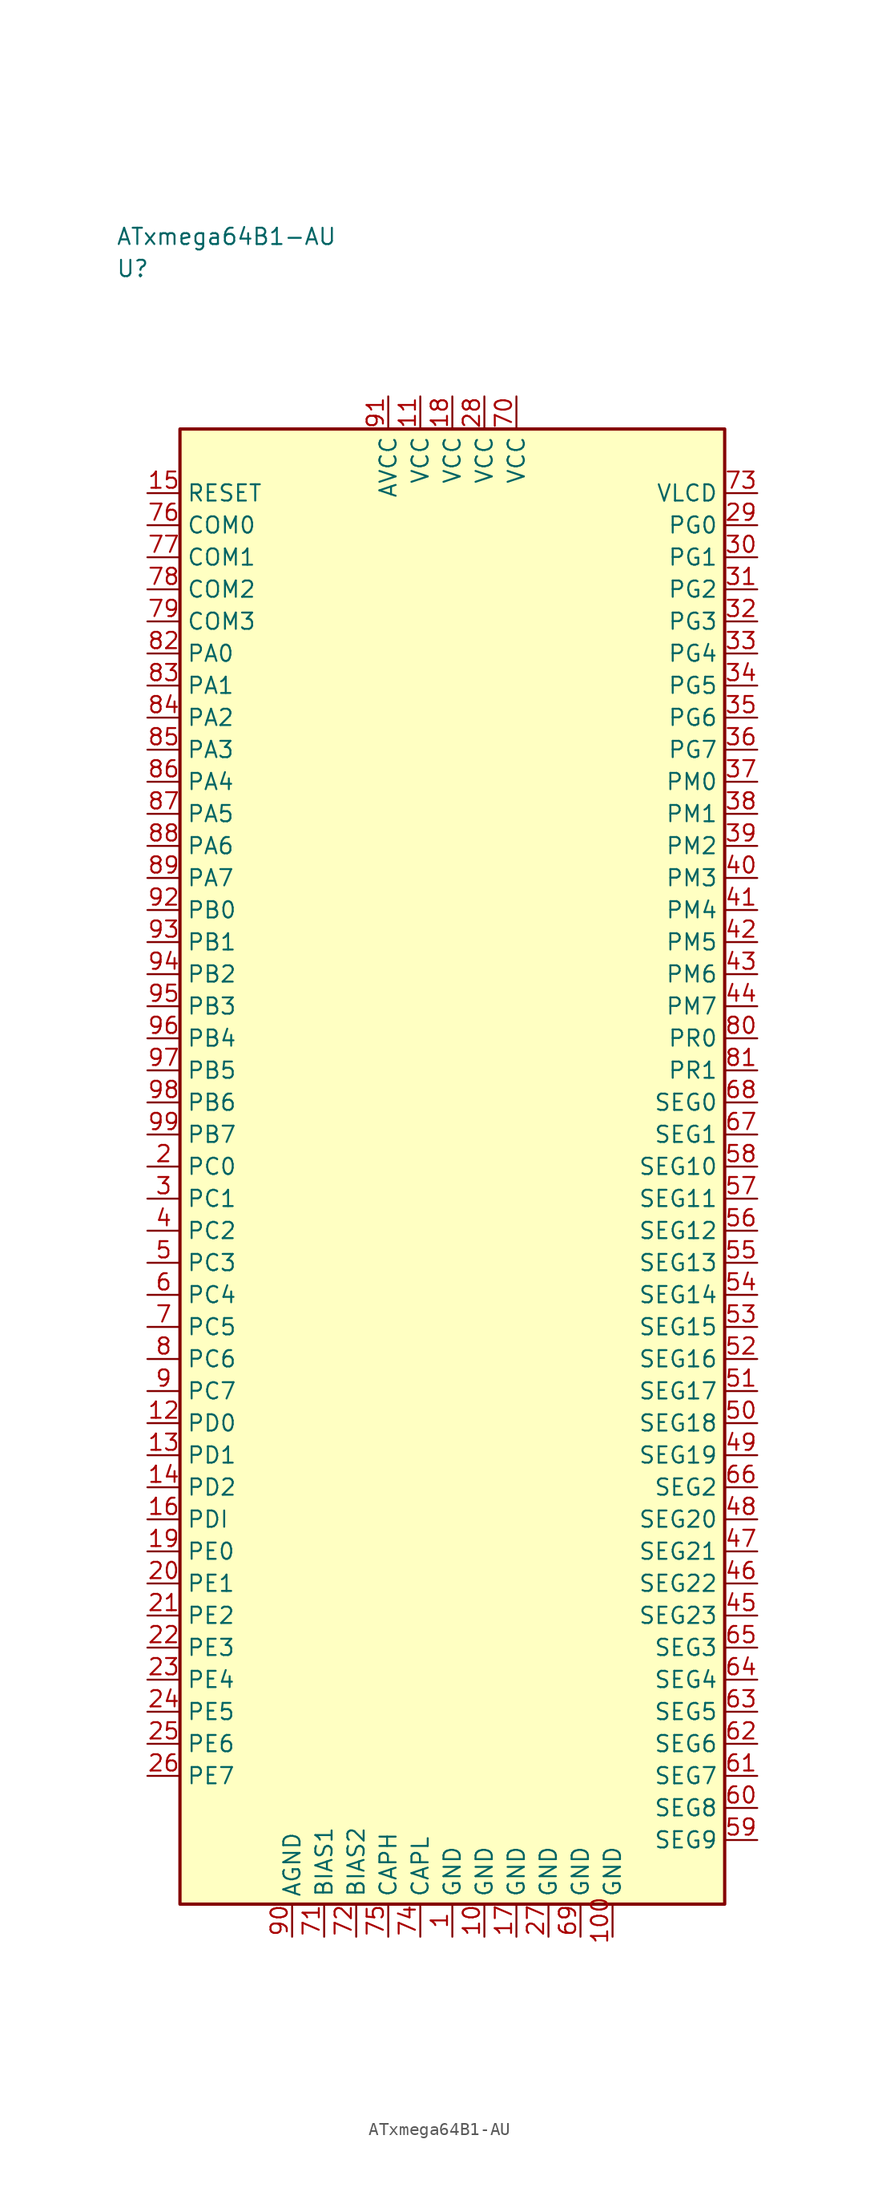
<source format=kicad_sym>
(kicad_symbol_lib
  (version 20241025)
  (generator "kicad_symbol_editor")
  (generator_version "8.0")
  (symbol "ATxmega64B1-AU"
    (property "Reference" "U"
      (at -26.25 70.0 0)
      (effects (font (size 1.27 1.27)) (justify left)))
    (property "Value" "ATxmega64B1-AU"
      (at -26.25 72.5 0)
      (effects (font (size 1.27 1.27)) (justify left)))
    (symbol "ATxmega64B1-AU_0_1"
      (rectangle (start -21.25 57.5) (end 21.25 -57.5) (stroke (width 0.254) (type default)) (fill (type background))))
    (symbol "ATxmega64B1-AU_1_1"
      (pin passive line (at 0.0 -60.04 90.0) (length 2.54) (name "GND" (effects (font (size 1.27 1.27)))) (number "1" (effects (font (size 1.27 1.27)))))
      (pin bidirectional line (at -23.79 0.0 0.0) (length 2.54) (name "PC0" (effects (font (size 1.27 1.27)))) (number "2" (effects (font (size 1.27 1.27)))))
      (pin bidirectional line (at -23.79 -2.5 0.0) (length 2.54) (name "PC1" (effects (font (size 1.27 1.27)))) (number "3" (effects (font (size 1.27 1.27)))))
      (pin bidirectional line (at -23.79 -5.0 0.0) (length 2.54) (name "PC2" (effects (font (size 1.27 1.27)))) (number "4" (effects (font (size 1.27 1.27)))))
      (pin bidirectional line (at -23.79 -7.5 0.0) (length 2.54) (name "PC3" (effects (font (size 1.27 1.27)))) (number "5" (effects (font (size 1.27 1.27)))))
      (pin bidirectional line (at -23.79 -10.0 0.0) (length 2.54) (name "PC4" (effects (font (size 1.27 1.27)))) (number "6" (effects (font (size 1.27 1.27)))))
      (pin bidirectional line (at -23.79 -12.5 0.0) (length 2.54) (name "PC5" (effects (font (size 1.27 1.27)))) (number "7" (effects (font (size 1.27 1.27)))))
      (pin bidirectional line (at -23.79 -15.0 0.0) (length 2.54) (name "PC6" (effects (font (size 1.27 1.27)))) (number "8" (effects (font (size 1.27 1.27)))))
      (pin bidirectional line (at -23.79 -17.5 0.0) (length 2.54) (name "PC7" (effects (font (size 1.27 1.27)))) (number "9" (effects (font (size 1.27 1.27)))))
      (pin passive line (at 2.5 -60.04 90.0) (length 2.54) (name "GND" (effects (font (size 1.27 1.27)))) (number "10" (effects (font (size 1.27 1.27)))))
      (pin power_in line (at -2.5 60.04 270.0) (length 2.54) (name "VCC" (effects (font (size 1.27 1.27)))) (number "11" (effects (font (size 1.27 1.27)))))
      (pin bidirectional line (at -23.79 -20.0 0.0) (length 2.54) (name "PD0" (effects (font (size 1.27 1.27)))) (number "12" (effects (font (size 1.27 1.27)))))
      (pin bidirectional line (at -23.79 -22.5 0.0) (length 2.54) (name "PD1" (effects (font (size 1.27 1.27)))) (number "13" (effects (font (size 1.27 1.27)))))
      (pin bidirectional line (at -23.79 -25.0 0.0) (length 2.54) (name "PD2" (effects (font (size 1.27 1.27)))) (number "14" (effects (font (size 1.27 1.27)))))
      (pin input line (at -23.79 52.5 0.0) (length 2.54) (name "RESET" (effects (font (size 1.27 1.27)))) (number "15" (effects (font (size 1.27 1.27)))))
      (pin bidirectional line (at -23.79 -27.5 0.0) (length 2.54) (name "PDI" (effects (font (size 1.27 1.27)))) (number "16" (effects (font (size 1.27 1.27)))))
      (pin passive line (at 5.0 -60.04 90.0) (length 2.54) (name "GND" (effects (font (size 1.27 1.27)))) (number "17" (effects (font (size 1.27 1.27)))))
      (pin power_in line (at 0.0 60.04 270.0) (length 2.54) (name "VCC" (effects (font (size 1.27 1.27)))) (number "18" (effects (font (size 1.27 1.27)))))
      (pin bidirectional line (at -23.79 -30.0 0.0) (length 2.54) (name "PE0" (effects (font (size 1.27 1.27)))) (number "19" (effects (font (size 1.27 1.27)))))
      (pin bidirectional line (at -23.79 -32.5 0.0) (length 2.54) (name "PE1" (effects (font (size 1.27 1.27)))) (number "20" (effects (font (size 1.27 1.27)))))
      (pin bidirectional line (at -23.79 -35.0 0.0) (length 2.54) (name "PE2" (effects (font (size 1.27 1.27)))) (number "21" (effects (font (size 1.27 1.27)))))
      (pin bidirectional line (at -23.79 -37.5 0.0) (length 2.54) (name "PE3" (effects (font (size 1.27 1.27)))) (number "22" (effects (font (size 1.27 1.27)))))
      (pin bidirectional line (at -23.79 -40.0 0.0) (length 2.54) (name "PE4" (effects (font (size 1.27 1.27)))) (number "23" (effects (font (size 1.27 1.27)))))
      (pin bidirectional line (at -23.79 -42.5 0.0) (length 2.54) (name "PE5" (effects (font (size 1.27 1.27)))) (number "24" (effects (font (size 1.27 1.27)))))
      (pin bidirectional line (at -23.79 -45.0 0.0) (length 2.54) (name "PE6" (effects (font (size 1.27 1.27)))) (number "25" (effects (font (size 1.27 1.27)))))
      (pin bidirectional line (at -23.79 -47.5 0.0) (length 2.54) (name "PE7" (effects (font (size 1.27 1.27)))) (number "26" (effects (font (size 1.27 1.27)))))
      (pin passive line (at 7.5 -60.04 90.0) (length 2.54) (name "GND" (effects (font (size 1.27 1.27)))) (number "27" (effects (font (size 1.27 1.27)))))
      (pin power_in line (at 2.5 60.04 270.0) (length 2.54) (name "VCC" (effects (font (size 1.27 1.27)))) (number "28" (effects (font (size 1.27 1.27)))))
      (pin bidirectional line (at 23.79 50.0 180.0) (length 2.54) (name "PG0" (effects (font (size 1.27 1.27)))) (number "29" (effects (font (size 1.27 1.27)))))
      (pin bidirectional line (at 23.79 47.5 180.0) (length 2.54) (name "PG1" (effects (font (size 1.27 1.27)))) (number "30" (effects (font (size 1.27 1.27)))))
      (pin bidirectional line (at 23.79 45.0 180.0) (length 2.54) (name "PG2" (effects (font (size 1.27 1.27)))) (number "31" (effects (font (size 1.27 1.27)))))
      (pin bidirectional line (at 23.79 42.5 180.0) (length 2.54) (name "PG3" (effects (font (size 1.27 1.27)))) (number "32" (effects (font (size 1.27 1.27)))))
      (pin bidirectional line (at 23.79 40.0 180.0) (length 2.54) (name "PG4" (effects (font (size 1.27 1.27)))) (number "33" (effects (font (size 1.27 1.27)))))
      (pin bidirectional line (at 23.79 37.5 180.0) (length 2.54) (name "PG5" (effects (font (size 1.27 1.27)))) (number "34" (effects (font (size 1.27 1.27)))))
      (pin bidirectional line (at 23.79 35.0 180.0) (length 2.54) (name "PG6" (effects (font (size 1.27 1.27)))) (number "35" (effects (font (size 1.27 1.27)))))
      (pin bidirectional line (at 23.79 32.5 180.0) (length 2.54) (name "PG7" (effects (font (size 1.27 1.27)))) (number "36" (effects (font (size 1.27 1.27)))))
      (pin bidirectional line (at 23.79 30.0 180.0) (length 2.54) (name "PM0" (effects (font (size 1.27 1.27)))) (number "37" (effects (font (size 1.27 1.27)))))
      (pin bidirectional line (at 23.79 27.5 180.0) (length 2.54) (name "PM1" (effects (font (size 1.27 1.27)))) (number "38" (effects (font (size 1.27 1.27)))))
      (pin bidirectional line (at 23.79 25.0 180.0) (length 2.54) (name "PM2" (effects (font (size 1.27 1.27)))) (number "39" (effects (font (size 1.27 1.27)))))
      (pin bidirectional line (at 23.79 22.5 180.0) (length 2.54) (name "PM3" (effects (font (size 1.27 1.27)))) (number "40" (effects (font (size 1.27 1.27)))))
      (pin bidirectional line (at 23.79 20.0 180.0) (length 2.54) (name "PM4" (effects (font (size 1.27 1.27)))) (number "41" (effects (font (size 1.27 1.27)))))
      (pin bidirectional line (at 23.79 17.5 180.0) (length 2.54) (name "PM5" (effects (font (size 1.27 1.27)))) (number "42" (effects (font (size 1.27 1.27)))))
      (pin bidirectional line (at 23.79 15.0 180.0) (length 2.54) (name "PM6" (effects (font (size 1.27 1.27)))) (number "43" (effects (font (size 1.27 1.27)))))
      (pin bidirectional line (at 23.79 12.5 180.0) (length 2.54) (name "PM7" (effects (font (size 1.27 1.27)))) (number "44" (effects (font (size 1.27 1.27)))))
      (pin bidirectional line (at 23.79 -35.0 180.0) (length 2.54) (name "SEG23" (effects (font (size 1.27 1.27)))) (number "45" (effects (font (size 1.27 1.27)))))
      (pin bidirectional line (at 23.79 -32.5 180.0) (length 2.54) (name "SEG22" (effects (font (size 1.27 1.27)))) (number "46" (effects (font (size 1.27 1.27)))))
      (pin bidirectional line (at 23.79 -30.0 180.0) (length 2.54) (name "SEG21" (effects (font (size 1.27 1.27)))) (number "47" (effects (font (size 1.27 1.27)))))
      (pin bidirectional line (at 23.79 -27.5 180.0) (length 2.54) (name "SEG20" (effects (font (size 1.27 1.27)))) (number "48" (effects (font (size 1.27 1.27)))))
      (pin bidirectional line (at 23.79 -22.5 180.0) (length 2.54) (name "SEG19" (effects (font (size 1.27 1.27)))) (number "49" (effects (font (size 1.27 1.27)))))
      (pin bidirectional line (at 23.79 -20.0 180.0) (length 2.54) (name "SEG18" (effects (font (size 1.27 1.27)))) (number "50" (effects (font (size 1.27 1.27)))))
      (pin bidirectional line (at 23.79 -17.5 180.0) (length 2.54) (name "SEG17" (effects (font (size 1.27 1.27)))) (number "51" (effects (font (size 1.27 1.27)))))
      (pin bidirectional line (at 23.79 -15.0 180.0) (length 2.54) (name "SEG16" (effects (font (size 1.27 1.27)))) (number "52" (effects (font (size 1.27 1.27)))))
      (pin bidirectional line (at 23.79 -12.5 180.0) (length 2.54) (name "SEG15" (effects (font (size 1.27 1.27)))) (number "53" (effects (font (size 1.27 1.27)))))
      (pin bidirectional line (at 23.79 -10.0 180.0) (length 2.54) (name "SEG14" (effects (font (size 1.27 1.27)))) (number "54" (effects (font (size 1.27 1.27)))))
      (pin bidirectional line (at 23.79 -7.5 180.0) (length 2.54) (name "SEG13" (effects (font (size 1.27 1.27)))) (number "55" (effects (font (size 1.27 1.27)))))
      (pin bidirectional line (at 23.79 -5.0 180.0) (length 2.54) (name "SEG12" (effects (font (size 1.27 1.27)))) (number "56" (effects (font (size 1.27 1.27)))))
      (pin bidirectional line (at 23.79 -2.5 180.0) (length 2.54) (name "SEG11" (effects (font (size 1.27 1.27)))) (number "57" (effects (font (size 1.27 1.27)))))
      (pin bidirectional line (at 23.79 0.0 180.0) (length 2.54) (name "SEG10" (effects (font (size 1.27 1.27)))) (number "58" (effects (font (size 1.27 1.27)))))
      (pin bidirectional line (at 23.79 -52.5 180.0) (length 2.54) (name "SEG9" (effects (font (size 1.27 1.27)))) (number "59" (effects (font (size 1.27 1.27)))))
      (pin bidirectional line (at 23.79 -50.0 180.0) (length 2.54) (name "SEG8" (effects (font (size 1.27 1.27)))) (number "60" (effects (font (size 1.27 1.27)))))
      (pin bidirectional line (at 23.79 -47.5 180.0) (length 2.54) (name "SEG7" (effects (font (size 1.27 1.27)))) (number "61" (effects (font (size 1.27 1.27)))))
      (pin bidirectional line (at 23.79 -45.0 180.0) (length 2.54) (name "SEG6" (effects (font (size 1.27 1.27)))) (number "62" (effects (font (size 1.27 1.27)))))
      (pin bidirectional line (at 23.79 -42.5 180.0) (length 2.54) (name "SEG5" (effects (font (size 1.27 1.27)))) (number "63" (effects (font (size 1.27 1.27)))))
      (pin bidirectional line (at 23.79 -40.0 180.0) (length 2.54) (name "SEG4" (effects (font (size 1.27 1.27)))) (number "64" (effects (font (size 1.27 1.27)))))
      (pin bidirectional line (at 23.79 -37.5 180.0) (length 2.54) (name "SEG3" (effects (font (size 1.27 1.27)))) (number "65" (effects (font (size 1.27 1.27)))))
      (pin bidirectional line (at 23.79 -25.0 180.0) (length 2.54) (name "SEG2" (effects (font (size 1.27 1.27)))) (number "66" (effects (font (size 1.27 1.27)))))
      (pin bidirectional line (at 23.79 2.5 180.0) (length 2.54) (name "SEG1" (effects (font (size 1.27 1.27)))) (number "67" (effects (font (size 1.27 1.27)))))
      (pin bidirectional line (at 23.79 5.0 180.0) (length 2.54) (name "SEG0" (effects (font (size 1.27 1.27)))) (number "68" (effects (font (size 1.27 1.27)))))
      (pin passive line (at 10.0 -60.04 90.0) (length 2.54) (name "GND" (effects (font (size 1.27 1.27)))) (number "69" (effects (font (size 1.27 1.27)))))
      (pin power_in line (at 5.0 60.04 270.0) (length 2.54) (name "VCC" (effects (font (size 1.27 1.27)))) (number "70" (effects (font (size 1.27 1.27)))))
      (pin passive line (at -10.0 -60.04 90.0) (length 2.54) (name "BIAS1" (effects (font (size 1.27 1.27)))) (number "71" (effects (font (size 1.27 1.27)))))
      (pin passive line (at -7.5 -60.04 90.0) (length 2.54) (name "BIAS2" (effects (font (size 1.27 1.27)))) (number "72" (effects (font (size 1.27 1.27)))))
      (pin output line (at 23.79 52.5 180.0) (length 2.54) (name "VLCD" (effects (font (size 1.27 1.27)))) (number "73" (effects (font (size 1.27 1.27)))))
      (pin passive line (at -2.5 -60.04 90.0) (length 2.54) (name "CAPL" (effects (font (size 1.27 1.27)))) (number "74" (effects (font (size 1.27 1.27)))))
      (pin passive line (at -5.0 -60.04 90.0) (length 2.54) (name "CAPH" (effects (font (size 1.27 1.27)))) (number "75" (effects (font (size 1.27 1.27)))))
      (pin bidirectional line (at -23.79 50.0 0.0) (length 2.54) (name "COM0" (effects (font (size 1.27 1.27)))) (number "76" (effects (font (size 1.27 1.27)))))
      (pin bidirectional line (at -23.79 47.5 0.0) (length 2.54) (name "COM1" (effects (font (size 1.27 1.27)))) (number "77" (effects (font (size 1.27 1.27)))))
      (pin bidirectional line (at -23.79 45.0 0.0) (length 2.54) (name "COM2" (effects (font (size 1.27 1.27)))) (number "78" (effects (font (size 1.27 1.27)))))
      (pin bidirectional line (at -23.79 42.5 0.0) (length 2.54) (name "COM3" (effects (font (size 1.27 1.27)))) (number "79" (effects (font (size 1.27 1.27)))))
      (pin bidirectional line (at 23.79 10.0 180.0) (length 2.54) (name "PR0" (effects (font (size 1.27 1.27)))) (number "80" (effects (font (size 1.27 1.27)))))
      (pin bidirectional line (at 23.79 7.5 180.0) (length 2.54) (name "PR1" (effects (font (size 1.27 1.27)))) (number "81" (effects (font (size 1.27 1.27)))))
      (pin bidirectional line (at -23.79 40.0 0.0) (length 2.54) (name "PA0" (effects (font (size 1.27 1.27)))) (number "82" (effects (font (size 1.27 1.27)))))
      (pin bidirectional line (at -23.79 37.5 0.0) (length 2.54) (name "PA1" (effects (font (size 1.27 1.27)))) (number "83" (effects (font (size 1.27 1.27)))))
      (pin bidirectional line (at -23.79 35.0 0.0) (length 2.54) (name "PA2" (effects (font (size 1.27 1.27)))) (number "84" (effects (font (size 1.27 1.27)))))
      (pin bidirectional line (at -23.79 32.5 0.0) (length 2.54) (name "PA3" (effects (font (size 1.27 1.27)))) (number "85" (effects (font (size 1.27 1.27)))))
      (pin bidirectional line (at -23.79 30.0 0.0) (length 2.54) (name "PA4" (effects (font (size 1.27 1.27)))) (number "86" (effects (font (size 1.27 1.27)))))
      (pin bidirectional line (at -23.79 27.5 0.0) (length 2.54) (name "PA5" (effects (font (size 1.27 1.27)))) (number "87" (effects (font (size 1.27 1.27)))))
      (pin bidirectional line (at -23.79 25.0 0.0) (length 2.54) (name "PA6" (effects (font (size 1.27 1.27)))) (number "88" (effects (font (size 1.27 1.27)))))
      (pin bidirectional line (at -23.79 22.5 0.0) (length 2.54) (name "PA7" (effects (font (size 1.27 1.27)))) (number "89" (effects (font (size 1.27 1.27)))))
      (pin passive line (at -12.5 -60.04 90.0) (length 2.54) (name "AGND" (effects (font (size 1.27 1.27)))) (number "90" (effects (font (size 1.27 1.27)))))
      (pin power_in line (at -5.0 60.04 270.0) (length 2.54) (name "AVCC" (effects (font (size 1.27 1.27)))) (number "91" (effects (font (size 1.27 1.27)))))
      (pin bidirectional line (at -23.79 20.0 0.0) (length 2.54) (name "PB0" (effects (font (size 1.27 1.27)))) (number "92" (effects (font (size 1.27 1.27)))))
      (pin bidirectional line (at -23.79 17.5 0.0) (length 2.54) (name "PB1" (effects (font (size 1.27 1.27)))) (number "93" (effects (font (size 1.27 1.27)))))
      (pin bidirectional line (at -23.79 15.0 0.0) (length 2.54) (name "PB2" (effects (font (size 1.27 1.27)))) (number "94" (effects (font (size 1.27 1.27)))))
      (pin bidirectional line (at -23.79 12.5 0.0) (length 2.54) (name "PB3" (effects (font (size 1.27 1.27)))) (number "95" (effects (font (size 1.27 1.27)))))
      (pin bidirectional line (at -23.79 10.0 0.0) (length 2.54) (name "PB4" (effects (font (size 1.27 1.27)))) (number "96" (effects (font (size 1.27 1.27)))))
      (pin bidirectional line (at -23.79 7.5 0.0) (length 2.54) (name "PB5" (effects (font (size 1.27 1.27)))) (number "97" (effects (font (size 1.27 1.27)))))
      (pin bidirectional line (at -23.79 5.0 0.0) (length 2.54) (name "PB6" (effects (font (size 1.27 1.27)))) (number "98" (effects (font (size 1.27 1.27)))))
      (pin bidirectional line (at -23.79 2.5 0.0) (length 2.54) (name "PB7" (effects (font (size 1.27 1.27)))) (number "99" (effects (font (size 1.27 1.27)))))
      (pin passive line (at 12.5 -60.04 90.0) (length 2.54) (name "GND" (effects (font (size 1.27 1.27)))) (number "100" (effects (font (size 1.27 1.27))))))))
</source>
